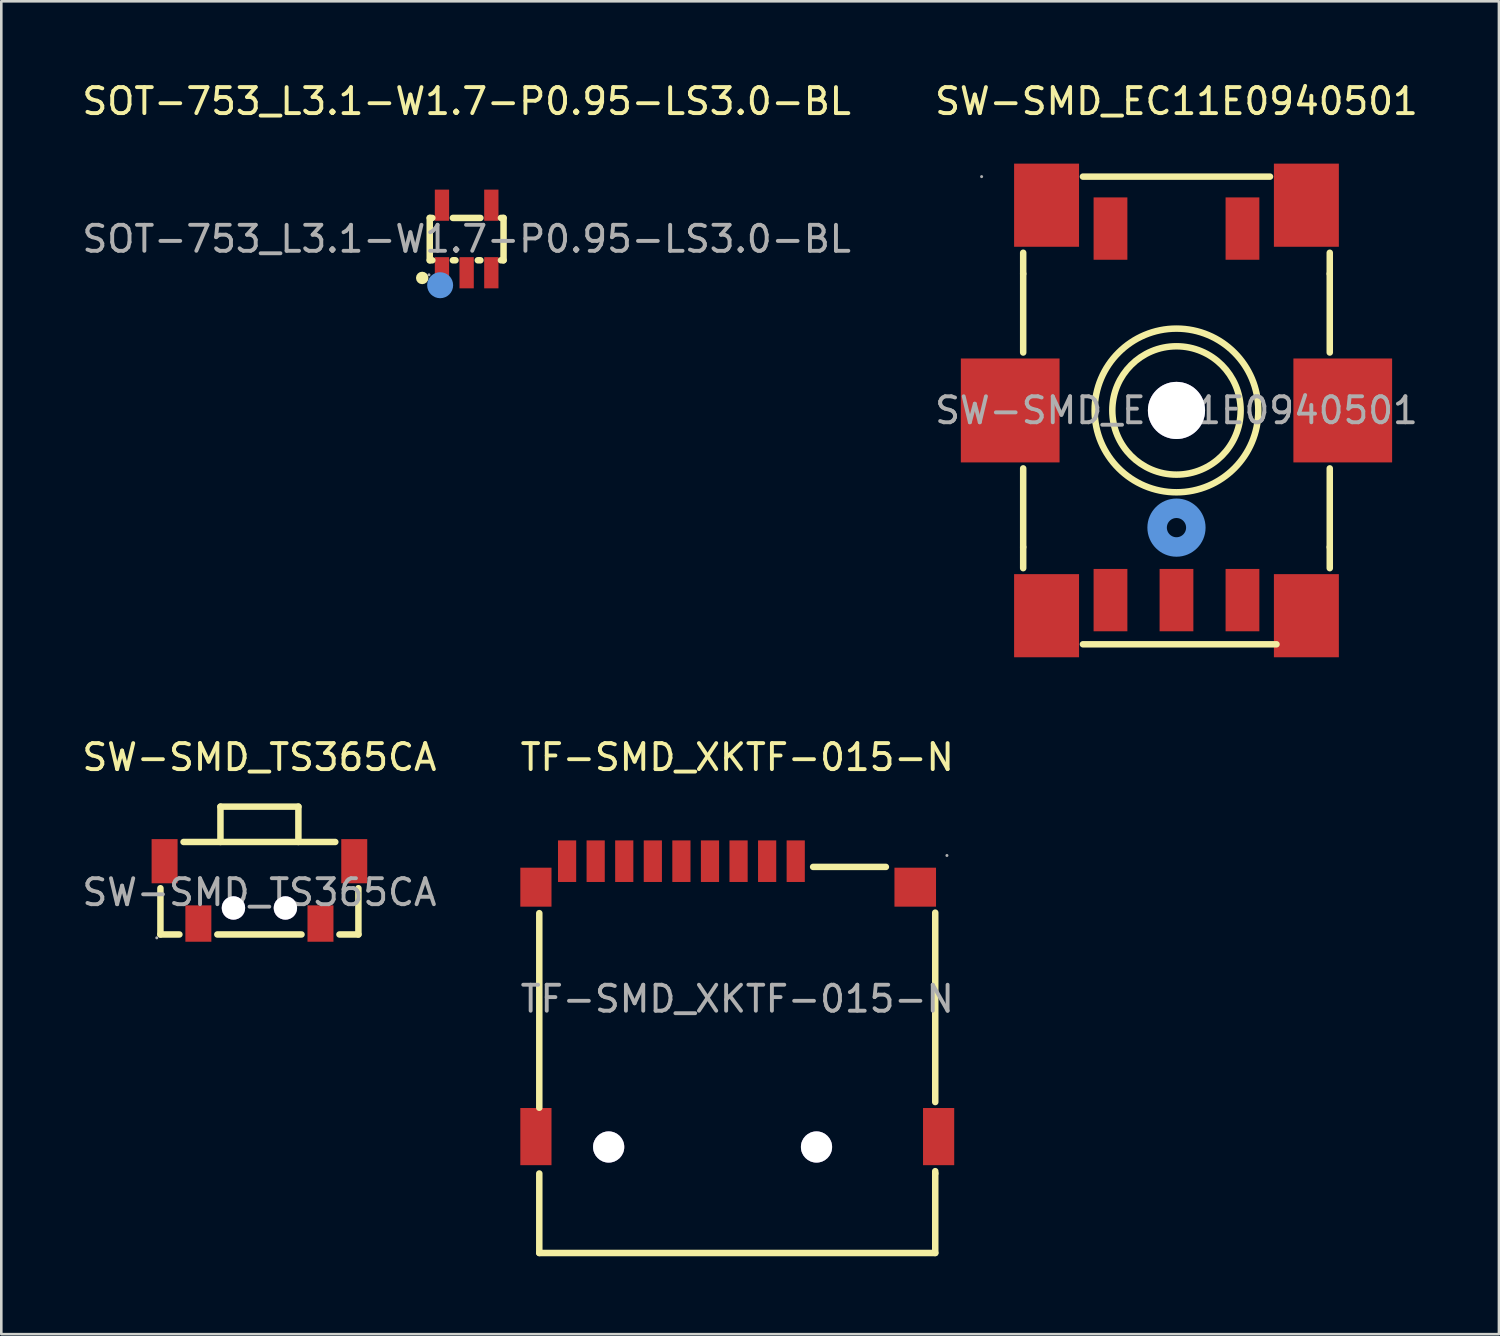
<source format=kicad_pcb>
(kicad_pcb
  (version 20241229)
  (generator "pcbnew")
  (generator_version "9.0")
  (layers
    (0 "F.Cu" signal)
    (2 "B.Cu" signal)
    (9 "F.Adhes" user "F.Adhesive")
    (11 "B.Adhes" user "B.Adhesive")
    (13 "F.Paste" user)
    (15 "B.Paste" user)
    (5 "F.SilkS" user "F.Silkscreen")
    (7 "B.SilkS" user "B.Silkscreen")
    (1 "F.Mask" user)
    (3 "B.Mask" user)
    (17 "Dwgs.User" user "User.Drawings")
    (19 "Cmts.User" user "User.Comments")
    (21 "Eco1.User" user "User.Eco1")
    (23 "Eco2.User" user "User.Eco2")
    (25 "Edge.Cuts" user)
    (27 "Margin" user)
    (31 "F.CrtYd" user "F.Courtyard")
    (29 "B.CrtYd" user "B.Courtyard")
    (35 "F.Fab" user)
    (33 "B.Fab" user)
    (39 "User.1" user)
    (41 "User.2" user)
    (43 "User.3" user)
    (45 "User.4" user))
  (footprint "TF-SMD_XKTF-015-N"
    (layer "F.Cu")
    (at 25.327 35.397)
    (property "Reference" "TF-SMD_XKTF-015-N" (at 0 -9.3 0) (layer "F.SilkS") (effects (font (size 1 1) (thickness 0.15))))
    (attr smd)
    (fp_line (start -7.62 -3.3) (end -7.62 4.19) (stroke (width 0.25) (type solid)) (layer "F.SilkS"))
    (fp_line (start -7.62 6.72) (end -7.62 9.78) (stroke (width 0.25) (type solid)) (layer "F.SilkS"))
    (fp_line (start -7.62 9.78) (end 7.62 9.78) (stroke (width 0.25) (type solid)) (layer "F.SilkS"))
    (fp_line (start 2.92 -5.08) (end 5.72 -5.08) (stroke (width 0.25) (type solid)) (layer "F.SilkS"))
    (fp_line (start 7.62 3.97) (end 7.62 -3.32) (stroke (width 0.25) (type solid)) (layer "F.SilkS"))
    (fp_line (start 7.62 6.72) (end 7.62 6.63) (stroke (width 0.25) (type solid)) (layer "F.SilkS"))
    (fp_line (start 7.62 9.78) (end 7.62 6.72) (stroke (width 0.25) (type solid)) (layer "F.SilkS"))
    (fp_circle (center -4.95 5.7) (end -4.75 5.7) (stroke (width 0.4) (type solid)) (fill no) (layer "Cmts.User"))
    (fp_circle (center 3.05 5.7) (end 3.25 5.7) (stroke (width 0.4) (type solid)) (fill no) (layer "Cmts.User"))
    (fp_circle (center 8.07 -5.52) (end 8.1 -5.52) (stroke (width 0.06) (type solid)) (fill no) (layer "F.Fab"))
    (fp_text user "${REFERENCE}" (at 0 0 0) (layer "F.Fab") (effects (font (size 1 1) (thickness 0.15))))
    (pad "" thru_hole circle (at -4.95 5.7) (size 1.2 1.2) (drill 1.2) (layers "*.Cu" "*.Mask"))
    (pad "" thru_hole circle (at 3.05 5.7) (size 1.2 1.2) (drill 1.2) (layers "*.Cu" "*.Mask"))
    (pad "1" smd rect (at 2.25 -5.3) (size 0.7 1.6) (layers "F.Cu" "F.Mask" "F.Paste"))
    (pad "2" smd rect (at 1.15 -5.3) (size 0.7 1.6) (layers "F.Cu" "F.Mask" "F.Paste"))
    (pad "3" smd rect (at 0.05 -5.3) (size 0.7 1.6) (layers "F.Cu" "F.Mask" "F.Paste"))
    (pad "4" smd rect (at -1.05 -5.3) (size 0.7 1.6) (layers "F.Cu" "F.Mask" "F.Paste"))
    (pad "5" smd rect (at -2.15 -5.3) (size 0.7 1.6) (layers "F.Cu" "F.Mask" "F.Paste"))
    (pad "6" smd rect (at -3.25 -5.3) (size 0.7 1.6) (layers "F.Cu" "F.Mask" "F.Paste"))
    (pad "7" smd rect (at -4.35 -5.3) (size 0.7 1.6) (layers "F.Cu" "F.Mask" "F.Paste"))
    (pad "8" smd rect (at -5.45 -5.3) (size 0.7 1.6) (layers "F.Cu" "F.Mask" "F.Paste"))
    (pad "9" smd rect (at -6.55 -5.3) (size 0.7 1.6) (layers "F.Cu" "F.Mask" "F.Paste"))
    (pad "10" smd rect (at -7.75 -4.3) (size 1.2 1.5) (layers "F.Cu" "F.Mask" "F.Paste"))
    (pad "11" smd rect (at -7.75 5.3) (size 1.2 2.2) (layers "F.Cu" "F.Mask" "F.Paste"))
    (pad "12" smd rect (at 6.85 -4.3) (size 1.6 1.5) (layers "F.Cu" "F.Mask" "F.Paste"))
    (pad "13" smd rect (at 7.75 5.3) (size 1.2 2.2) (layers "F.Cu" "F.Mask" "F.Paste")))
  (footprint "SW-SMD_EC11E0940501"
    (layer "F.Cu")
    (at 42.232 12.748)
    (property "Reference" "SW-SMD_EC11E0940501" (at 0 -11.9 0) (layer "F.SilkS") (effects (font (size 1 1) (thickness 0.15))))
    (attr smd)
    (fp_line (start -5.9 -6.07) (end -5.9 -5.26) (stroke (width 0.25) (type solid)) (layer "F.SilkS"))
    (fp_line (start -5.9 -2.23) (end -5.9 -5.26) (stroke (width 0.25) (type solid)) (layer "F.SilkS"))
    (fp_line (start -5.9 5.26) (end -5.9 2.23) (stroke (width 0.25) (type solid)) (layer "F.SilkS"))
    (fp_line (start -5.9 5.26) (end -5.9 6.07) (stroke (width 0.25) (type solid)) (layer "F.SilkS"))
    (fp_line (start -3.6 -9) (end 3.6 -9) (stroke (width 0.25) (type solid)) (layer "F.SilkS"))
    (fp_line (start -3.6 9) (end 3.85 9) (stroke (width 0.25) (type solid)) (layer "F.SilkS"))
    (fp_line (start 5.9 -6.07) (end 5.9 -5.26) (stroke (width 0.25) (type solid)) (layer "F.SilkS"))
    (fp_line (start 5.9 -5.26) (end 5.9 -2.23) (stroke (width 0.25) (type solid)) (layer "F.SilkS"))
    (fp_line (start 5.9 2.23) (end 5.9 5.26) (stroke (width 0.25) (type solid)) (layer "F.SilkS"))
    (fp_line (start 5.9 5.26) (end 5.9 6.07) (stroke (width 0.25) (type solid)) (layer "F.SilkS"))
    (fp_circle (center 0 0) (end 2.47 0) (stroke (width 0.25) (type solid)) (fill no) (layer "F.SilkS"))
    (fp_circle (center 0 0) (end 3.15 0) (stroke (width 0.25) (type solid)) (fill no) (layer "F.SilkS"))
    (fp_circle (center 0 0) (end 0.5 0) (stroke (width 1) (type solid)) (fill no) (layer "Cmts.User"))
    (fp_circle (center 0 4.51) (end 0.37 4.51) (stroke (width 0.75) (type solid)) (fill no) (layer "Cmts.User"))
    (fp_circle (center -7.5 -9) (end -7.47 -9) (stroke (width 0.06) (type solid)) (fill no) (layer "F.Fab"))
    (fp_text user "${REFERENCE}" (at 0 0 0) (layer "F.Fab") (effects (font (size 1 1) (thickness 0.15))))
    (pad "" thru_hole circle (at 0 0) (size 2.2 2.2) (drill 2.2) (layers "*.Cu" "*.Mask"))
    (pad "6" smd rect (at -6.4 0) (size 3.8 4) (layers "F.Cu" "F.Mask" "F.Paste"))
    (pad "6" smd rect (at -5 -7.9) (size 2.5 3.2) (layers "F.Cu" "F.Mask" "F.Paste"))
    (pad "6" smd rect (at -5 7.9) (size 2.5 3.2) (layers "F.Cu" "F.Mask" "F.Paste"))
    (pad "7" smd rect (at 5 -7.9) (size 2.5 3.2) (layers "F.Cu" "F.Mask" "F.Paste"))
    (pad "7" smd rect (at 5 7.9) (size 2.5 3.2) (layers "F.Cu" "F.Mask" "F.Paste"))
    (pad "7" smd rect (at 6.4 0) (size 3.8 4) (layers "F.Cu" "F.Mask" "F.Paste"))
    (pad "A" smd rect (at -2.54 7.3) (size 1.3 2.4) (layers "F.Cu" "F.Mask" "F.Paste"))
    (pad "B" smd rect (at 2.54 7.3) (size 1.3 2.4) (layers "F.Cu" "F.Mask" "F.Paste"))
    (pad "C" smd rect (at 0 7.3) (size 1.3 2.4) (layers "F.Cu" "F.Mask" "F.Paste"))
    (pad "D" smd rect (at -2.54 -7) (size 1.3 2.4) (layers "F.Cu" "F.Mask" "F.Paste"))
    (pad "E" smd rect (at 2.54 -7) (size 1.3 2.4) (layers "F.Cu" "F.Mask" "F.Paste")))
  (footprint "SOT-753_L3.1-W1.7-P0.95-LS3.0-BL"
    (layer "F.Cu")
    (at 14.911 6.148)
    (property "Reference" "SOT-753_L3.1-W1.7-P0.95-LS3.0-BL" (at 0 -5.3 0) (layer "F.SilkS") (effects (font (size 1 1) (thickness 0.15))))
    (attr smd)
    (fp_line (start -1.42 -0.81) (end -1.32 -0.81) (stroke (width 0.25) (type solid)) (layer "F.SilkS"))
    (fp_line (start -1.42 0.82) (end -1.42 -0.81) (stroke (width 0.25) (type solid)) (layer "F.SilkS"))
    (fp_line (start -1.32 0.82) (end -1.42 0.82) (stroke (width 0.25) (type solid)) (layer "F.SilkS"))
    (fp_line (start -0.53 -0.81) (end 0.53 -0.81) (stroke (width 0.25) (type solid)) (layer "F.SilkS"))
    (fp_line (start -0.43 0.82) (end -0.53 0.82) (stroke (width 0.25) (type solid)) (layer "F.SilkS"))
    (fp_line (start 0.53 0.82) (end 0.43 0.82) (stroke (width 0.25) (type solid)) (layer "F.SilkS"))
    (fp_line (start 1.32 -0.81) (end 1.42 -0.81) (stroke (width 0.25) (type solid)) (layer "F.SilkS"))
    (fp_line (start 1.42 -0.81) (end 1.42 0.82) (stroke (width 0.25) (type solid)) (layer "F.SilkS"))
    (fp_line (start 1.42 0.82) (end 1.32 0.82) (stroke (width 0.25) (type solid)) (layer "F.SilkS"))
    (fp_circle (center -1.71 1.5) (end -1.59 1.5) (stroke (width 0.24) (type solid)) (fill no) (layer "F.SilkS"))
    (fp_circle (center -1.02 1.78) (end -0.77 1.78) (stroke (width 0.5) (type solid)) (fill no) (layer "Cmts.User"))
    (fp_circle (center -1.45 1.38) (end -1.42 1.38) (stroke (width 0.06) (type solid)) (fill no) (layer "F.Fab"))
    (fp_text user "${REFERENCE}" (at 0 0 0) (layer "F.Fab") (effects (font (size 1 1) (thickness 0.15))))
    (pad "1" smd rect (at -0.95 1.3) (size 0.55 1.2) (layers "F.Cu" "F.Mask" "F.Paste"))
    (pad "2" smd rect (at 0 1.3) (size 0.55 1.2) (layers "F.Cu" "F.Mask" "F.Paste"))
    (pad "3" smd rect (at 0.95 1.3) (size 0.55 1.2) (layers "F.Cu" "F.Mask" "F.Paste"))
    (pad "4" smd rect (at 0.95 -1.3) (size 0.55 1.2) (layers "F.Cu" "F.Mask" "F.Paste"))
    (pad "5" smd rect (at -0.95 -1.3) (size 0.55 1.2) (layers "F.Cu" "F.Mask" "F.Paste")))
  (footprint "SW-SMD_TS365CA"
    (layer "F.Cu")
    (at 6.935 31.297)
    (property "Reference" "SW-SMD_TS365CA" (at 0 -5.2 0) (layer "F.SilkS") (effects (font (size 1 1) (thickness 0.15))))
    (attr smd)
    (fp_line (start -3.81 -0.16) (end -3.81 1.62) (stroke (width 0.25) (type solid)) (layer "F.SilkS"))
    (fp_line (start -3.81 1.62) (end -3.08 1.62) (stroke (width 0.25) (type solid)) (layer "F.SilkS"))
    (fp_line (start -1.62 1.62) (end 1.62 1.62) (stroke (width 0.25) (type solid)) (layer "F.SilkS"))
    (fp_line (start -1.5 -3.3) (end -1.5 -1.94) (stroke (width 0.25) (type solid)) (layer "F.SilkS"))
    (fp_line (start 1.5 -3.3) (end -1.5 -3.3) (stroke (width 0.25) (type solid)) (layer "F.SilkS"))
    (fp_line (start 1.5 -3.3) (end 1.5 -1.94) (stroke (width 0.25) (type solid)) (layer "F.SilkS"))
    (fp_line (start 2.92 -1.94) (end -2.92 -1.94) (stroke (width 0.25) (type solid)) (layer "F.SilkS"))
    (fp_line (start 3.08 1.62) (end 3.81 1.62) (stroke (width 0.25) (type solid)) (layer "F.SilkS"))
    (fp_line (start 3.81 1.62) (end 3.81 -0.16) (stroke (width 0.25) (type solid)) (layer "F.SilkS"))
    (fp_circle (center -1 0.6) (end -0.8 0.6) (stroke (width 0.4) (type solid)) (fill no) (layer "Cmts.User"))
    (fp_circle (center 1 0.6) (end 1.2 0.6) (stroke (width 0.4) (type solid)) (fill no) (layer "Cmts.User"))
    (fp_circle (center -3.95 1.75) (end -3.92 1.75) (stroke (width 0.06) (type solid)) (fill no) (layer "F.Fab"))
    (fp_text user "${REFERENCE}" (at 0 0 0) (layer "F.Fab") (effects (font (size 1 1) (thickness 0.15))))
    (pad "" thru_hole circle (at -1 0.6) (size 0.9 0.9) (drill 0.9) (layers "*.Cu" "*.Mask"))
    (pad "" thru_hole circle (at 1 0.6) (size 0.9 0.9) (drill 0.9) (layers "*.Cu" "*.Mask"))
    (pad "1" smd rect (at -2.35 1.2) (size 1 1.4) (layers "F.Cu" "F.Mask" "F.Paste"))
    (pad "2" smd rect (at 2.35 1.2) (size 1 1.4) (layers "F.Cu" "F.Mask" "F.Paste"))
    (pad "3" smd rect (at -3.65 -1.2) (size 1 1.7) (layers "F.Cu" "F.Mask" "F.Paste"))
    (pad "4" smd rect (at 3.65 -1.2) (size 1 1.7) (layers "F.Cu" "F.Mask" "F.Paste")))
  (gr_rect
    (start -3 -3)
    (end 54.643 48.301)
    (stroke (width 0.1) (type default))
    (fill no)
    (layer "Edge.Cuts")))
</source>
